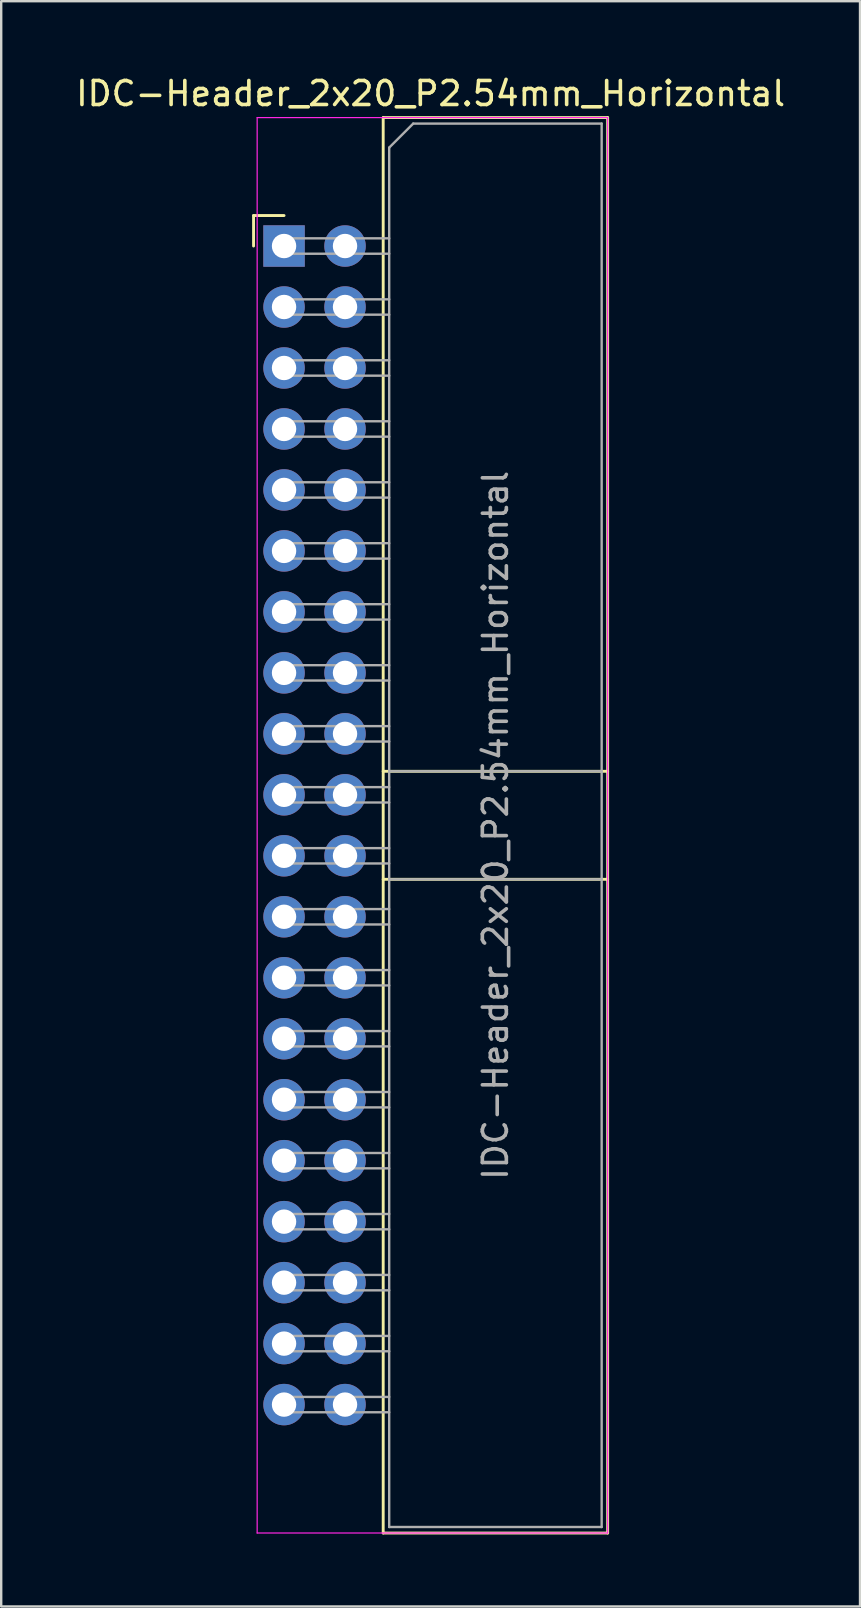
<source format=kicad_pcb>
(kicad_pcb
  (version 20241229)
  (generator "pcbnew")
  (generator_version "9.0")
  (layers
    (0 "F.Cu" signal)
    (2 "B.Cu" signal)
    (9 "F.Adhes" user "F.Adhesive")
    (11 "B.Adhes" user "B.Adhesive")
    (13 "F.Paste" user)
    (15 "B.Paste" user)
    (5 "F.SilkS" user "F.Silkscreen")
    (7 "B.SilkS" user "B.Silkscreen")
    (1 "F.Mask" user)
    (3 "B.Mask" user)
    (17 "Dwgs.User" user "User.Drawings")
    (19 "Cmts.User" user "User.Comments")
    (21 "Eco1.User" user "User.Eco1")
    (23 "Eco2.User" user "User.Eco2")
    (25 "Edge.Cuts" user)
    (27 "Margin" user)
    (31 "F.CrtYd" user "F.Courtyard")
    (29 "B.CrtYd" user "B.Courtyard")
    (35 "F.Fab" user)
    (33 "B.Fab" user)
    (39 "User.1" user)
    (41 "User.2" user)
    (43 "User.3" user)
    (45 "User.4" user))
  (footprint "IDC-Header_2x20_P2.54mm_Horizontal"
    (layer "F.Cu")
    (at 8.782 7.198)
    (property "Reference" "IDC-Header_2x20_P2.54mm_Horizontal" (at 6.105 -6.35 0) (layer "F.SilkS") (effects (font (size 1 1) (thickness 0.15))))
    (attr through_hole)
    (fp_line (start -1.27 -1.27) (end -1.27 0) (stroke (width 0.12) (type solid)) (layer "F.SilkS"))
    (fp_line (start 0 -1.27) (end -1.27 -1.27) (stroke (width 0.12) (type solid)) (layer "F.SilkS"))
    (fp_line (start 4.13 -5.35) (end 13.48 -5.35) (stroke (width 0.12) (type solid)) (layer "F.SilkS"))
    (fp_line (start 4.13 21.88) (end 13.48 21.88) (stroke (width 0.12) (type solid)) (layer "F.SilkS"))
    (fp_line (start 4.13 26.38) (end 13.48 26.38) (stroke (width 0.12) (type solid)) (layer "F.SilkS"))
    (fp_line (start 4.13 53.61) (end 4.13 -5.35) (stroke (width 0.12) (type solid)) (layer "F.SilkS"))
    (fp_line (start 4.13 53.61) (end 13.48 53.61) (stroke (width 0.12) (type solid)) (layer "F.SilkS"))
    (fp_line (start 13.48 -5.35) (end 13.48 53.61) (stroke (width 0.12) (type solid)) (layer "F.SilkS"))
    (fp_line (start -1.12 -5.35) (end 13.48 -5.35) (stroke (width 0.05) (type solid)) (layer "F.CrtYd"))
    (fp_line (start -1.12 53.61) (end -1.12 -5.35) (stroke (width 0.05) (type solid)) (layer "F.CrtYd"))
    (fp_line (start 13.48 -5.35) (end 13.48 53.61) (stroke (width 0.05) (type solid)) (layer "F.CrtYd"))
    (fp_line (start 13.48 53.61) (end -1.12 53.61) (stroke (width 0.05) (type solid)) (layer "F.CrtYd"))
    (fp_line (start -0.32 -0.32) (end -0.32 0.32) (stroke (width 0.1) (type solid)) (layer "F.Fab"))
    (fp_line (start -0.32 0.32) (end 4.38 0.32) (stroke (width 0.1) (type solid)) (layer "F.Fab"))
    (fp_line (start -0.32 2.22) (end -0.32 2.86) (stroke (width 0.1) (type solid)) (layer "F.Fab"))
    (fp_line (start -0.32 2.86) (end 4.38 2.86) (stroke (width 0.1) (type solid)) (layer "F.Fab"))
    (fp_line (start -0.32 4.76) (end -0.32 5.4) (stroke (width 0.1) (type solid)) (layer "F.Fab"))
    (fp_line (start -0.32 5.4) (end 4.38 5.4) (stroke (width 0.1) (type solid)) (layer "F.Fab"))
    (fp_line (start -0.32 7.3) (end -0.32 7.94) (stroke (width 0.1) (type solid)) (layer "F.Fab"))
    (fp_line (start -0.32 7.94) (end 4.38 7.94) (stroke (width 0.1) (type solid)) (layer "F.Fab"))
    (fp_line (start -0.32 9.84) (end -0.32 10.48) (stroke (width 0.1) (type solid)) (layer "F.Fab"))
    (fp_line (start -0.32 10.48) (end 4.38 10.48) (stroke (width 0.1) (type solid)) (layer "F.Fab"))
    (fp_line (start -0.32 12.38) (end -0.32 13.02) (stroke (width 0.1) (type solid)) (layer "F.Fab"))
    (fp_line (start -0.32 13.02) (end 4.38 13.02) (stroke (width 0.1) (type solid)) (layer "F.Fab"))
    (fp_line (start -0.32 14.92) (end -0.32 15.56) (stroke (width 0.1) (type solid)) (layer "F.Fab"))
    (fp_line (start -0.32 15.56) (end 4.38 15.56) (stroke (width 0.1) (type solid)) (layer "F.Fab"))
    (fp_line (start -0.32 17.46) (end -0.32 18.1) (stroke (width 0.1) (type solid)) (layer "F.Fab"))
    (fp_line (start -0.32 18.1) (end 4.38 18.1) (stroke (width 0.1) (type solid)) (layer "F.Fab"))
    (fp_line (start -0.32 20) (end -0.32 20.64) (stroke (width 0.1) (type solid)) (layer "F.Fab"))
    (fp_line (start -0.32 20.64) (end 4.38 20.64) (stroke (width 0.1) (type solid)) (layer "F.Fab"))
    (fp_line (start -0.32 22.54) (end -0.32 23.18) (stroke (width 0.1) (type solid)) (layer "F.Fab"))
    (fp_line (start -0.32 23.18) (end 4.38 23.18) (stroke (width 0.1) (type solid)) (layer "F.Fab"))
    (fp_line (start -0.32 25.08) (end -0.32 25.72) (stroke (width 0.1) (type solid)) (layer "F.Fab"))
    (fp_line (start -0.32 25.72) (end 4.38 25.72) (stroke (width 0.1) (type solid)) (layer "F.Fab"))
    (fp_line (start -0.32 27.62) (end -0.32 28.26) (stroke (width 0.1) (type solid)) (layer "F.Fab"))
    (fp_line (start -0.32 28.26) (end 4.38 28.26) (stroke (width 0.1) (type solid)) (layer "F.Fab"))
    (fp_line (start -0.32 30.16) (end -0.32 30.8) (stroke (width 0.1) (type solid)) (layer "F.Fab"))
    (fp_line (start -0.32 30.8) (end 4.38 30.8) (stroke (width 0.1) (type solid)) (layer "F.Fab"))
    (fp_line (start -0.32 32.7) (end -0.32 33.34) (stroke (width 0.1) (type solid)) (layer "F.Fab"))
    (fp_line (start -0.32 33.34) (end 4.38 33.34) (stroke (width 0.1) (type solid)) (layer "F.Fab"))
    (fp_line (start -0.32 35.24) (end -0.32 35.88) (stroke (width 0.1) (type solid)) (layer "F.Fab"))
    (fp_line (start -0.32 35.88) (end 4.38 35.88) (stroke (width 0.1) (type solid)) (layer "F.Fab"))
    (fp_line (start -0.32 37.78) (end -0.32 38.42) (stroke (width 0.1) (type solid)) (layer "F.Fab"))
    (fp_line (start -0.32 38.42) (end 4.38 38.42) (stroke (width 0.1) (type solid)) (layer "F.Fab"))
    (fp_line (start -0.32 40.32) (end -0.32 40.96) (stroke (width 0.1) (type solid)) (layer "F.Fab"))
    (fp_line (start -0.32 40.96) (end 4.38 40.96) (stroke (width 0.1) (type solid)) (layer "F.Fab"))
    (fp_line (start -0.32 42.86) (end -0.32 43.5) (stroke (width 0.1) (type solid)) (layer "F.Fab"))
    (fp_line (start -0.32 43.5) (end 4.38 43.5) (stroke (width 0.1) (type solid)) (layer "F.Fab"))
    (fp_line (start -0.32 45.4) (end -0.32 46.04) (stroke (width 0.1) (type solid)) (layer "F.Fab"))
    (fp_line (start -0.32 46.04) (end 4.38 46.04) (stroke (width 0.1) (type solid)) (layer "F.Fab"))
    (fp_line (start -0.32 47.94) (end -0.32 48.58) (stroke (width 0.1) (type solid)) (layer "F.Fab"))
    (fp_line (start -0.32 48.58) (end 4.38 48.58) (stroke (width 0.1) (type solid)) (layer "F.Fab"))
    (fp_line (start 4.38 -4.1) (end 5.38 -5.1) (stroke (width 0.1) (type solid)) (layer "F.Fab"))
    (fp_line (start 4.38 -0.32) (end -0.32 -0.32) (stroke (width 0.1) (type solid)) (layer "F.Fab"))
    (fp_line (start 4.38 2.22) (end -0.32 2.22) (stroke (width 0.1) (type solid)) (layer "F.Fab"))
    (fp_line (start 4.38 4.76) (end -0.32 4.76) (stroke (width 0.1) (type solid)) (layer "F.Fab"))
    (fp_line (start 4.38 7.3) (end -0.32 7.3) (stroke (width 0.1) (type solid)) (layer "F.Fab"))
    (fp_line (start 4.38 9.84) (end -0.32 9.84) (stroke (width 0.1) (type solid)) (layer "F.Fab"))
    (fp_line (start 4.38 12.38) (end -0.32 12.38) (stroke (width 0.1) (type solid)) (layer "F.Fab"))
    (fp_line (start 4.38 14.92) (end -0.32 14.92) (stroke (width 0.1) (type solid)) (layer "F.Fab"))
    (fp_line (start 4.38 17.46) (end -0.32 17.46) (stroke (width 0.1) (type solid)) (layer "F.Fab"))
    (fp_line (start 4.38 20) (end -0.32 20) (stroke (width 0.1) (type solid)) (layer "F.Fab"))
    (fp_line (start 4.38 21.88) (end 13.23 21.88) (stroke (width 0.1) (type solid)) (layer "F.Fab"))
    (fp_line (start 4.38 22.54) (end -0.32 22.54) (stroke (width 0.1) (type solid)) (layer "F.Fab"))
    (fp_line (start 4.38 25.08) (end -0.32 25.08) (stroke (width 0.1) (type solid)) (layer "F.Fab"))
    (fp_line (start 4.38 26.38) (end 13.23 26.38) (stroke (width 0.1) (type solid)) (layer "F.Fab"))
    (fp_line (start 4.38 27.62) (end -0.32 27.62) (stroke (width 0.1) (type solid)) (layer "F.Fab"))
    (fp_line (start 4.38 30.16) (end -0.32 30.16) (stroke (width 0.1) (type solid)) (layer "F.Fab"))
    (fp_line (start 4.38 32.7) (end -0.32 32.7) (stroke (width 0.1) (type solid)) (layer "F.Fab"))
    (fp_line (start 4.38 35.24) (end -0.32 35.24) (stroke (width 0.1) (type solid)) (layer "F.Fab"))
    (fp_line (start 4.38 37.78) (end -0.32 37.78) (stroke (width 0.1) (type solid)) (layer "F.Fab"))
    (fp_line (start 4.38 40.32) (end -0.32 40.32) (stroke (width 0.1) (type solid)) (layer "F.Fab"))
    (fp_line (start 4.38 42.86) (end -0.32 42.86) (stroke (width 0.1) (type solid)) (layer "F.Fab"))
    (fp_line (start 4.38 45.4) (end -0.32 45.4) (stroke (width 0.1) (type solid)) (layer "F.Fab"))
    (fp_line (start 4.38 47.94) (end -0.32 47.94) (stroke (width 0.1) (type solid)) (layer "F.Fab"))
    (fp_line (start 4.38 53.36) (end 4.38 -4.1) (stroke (width 0.1) (type solid)) (layer "F.Fab"))
    (fp_line (start 4.38 53.36) (end 13.23 53.36) (stroke (width 0.1) (type solid)) (layer "F.Fab"))
    (fp_line (start 5.38 -5.1) (end 13.23 -5.1) (stroke (width 0.1) (type solid)) (layer "F.Fab"))
    (fp_line (start 13.23 53.36) (end 13.23 -5.1) (stroke (width 0.1) (type solid)) (layer "F.Fab"))
    (fp_text user "${REFERENCE}" (at 8.805 24.13 90) (layer "F.Fab") (effects (font (size 1 1) (thickness 0.15))))
    (pad "1" thru_hole rect (at 0 0) (size 1.727 1.727) (drill 1.016) (layers "*.Cu" "*.Mask"))
    (pad "2" thru_hole oval (at 2.54 0) (size 1.727 1.727) (drill 1.016) (layers "*.Cu" "*.Mask"))
    (pad "3" thru_hole oval (at 0 2.54) (size 1.727 1.727) (drill 1.016) (layers "*.Cu" "*.Mask"))
    (pad "4" thru_hole oval (at 2.54 2.54) (size 1.727 1.727) (drill 1.016) (layers "*.Cu" "*.Mask"))
    (pad "5" thru_hole oval (at 0 5.08) (size 1.727 1.727) (drill 1.016) (layers "*.Cu" "*.Mask"))
    (pad "6" thru_hole oval (at 2.54 5.08) (size 1.727 1.727) (drill 1.016) (layers "*.Cu" "*.Mask"))
    (pad "7" thru_hole oval (at 0 7.62) (size 1.727 1.727) (drill 1.016) (layers "*.Cu" "*.Mask"))
    (pad "8" thru_hole oval (at 2.54 7.62) (size 1.727 1.727) (drill 1.016) (layers "*.Cu" "*.Mask"))
    (pad "9" thru_hole oval (at 0 10.16) (size 1.727 1.727) (drill 1.016) (layers "*.Cu" "*.Mask"))
    (pad "10" thru_hole oval (at 2.54 10.16) (size 1.727 1.727) (drill 1.016) (layers "*.Cu" "*.Mask"))
    (pad "11" thru_hole oval (at 0 12.7) (size 1.727 1.727) (drill 1.016) (layers "*.Cu" "*.Mask"))
    (pad "12" thru_hole oval (at 2.54 12.7) (size 1.727 1.727) (drill 1.016) (layers "*.Cu" "*.Mask"))
    (pad "13" thru_hole oval (at 0 15.24) (size 1.727 1.727) (drill 1.016) (layers "*.Cu" "*.Mask"))
    (pad "14" thru_hole oval (at 2.54 15.24) (size 1.727 1.727) (drill 1.016) (layers "*.Cu" "*.Mask"))
    (pad "15" thru_hole oval (at 0 17.78) (size 1.727 1.727) (drill 1.016) (layers "*.Cu" "*.Mask"))
    (pad "16" thru_hole oval (at 2.54 17.78) (size 1.727 1.727) (drill 1.016) (layers "*.Cu" "*.Mask"))
    (pad "17" thru_hole oval (at 0 20.32) (size 1.727 1.727) (drill 1.016) (layers "*.Cu" "*.Mask"))
    (pad "18" thru_hole oval (at 2.54 20.32) (size 1.727 1.727) (drill 1.016) (layers "*.Cu" "*.Mask"))
    (pad "19" thru_hole oval (at 0 22.86) (size 1.727 1.727) (drill 1.016) (layers "*.Cu" "*.Mask"))
    (pad "20" thru_hole oval (at 2.54 22.86) (size 1.727 1.727) (drill 1.016) (layers "*.Cu" "*.Mask"))
    (pad "21" thru_hole oval (at 0 25.4) (size 1.727 1.727) (drill 1.016) (layers "*.Cu" "*.Mask"))
    (pad "22" thru_hole oval (at 2.54 25.4) (size 1.727 1.727) (drill 1.016) (layers "*.Cu" "*.Mask"))
    (pad "23" thru_hole oval (at 0 27.94) (size 1.727 1.727) (drill 1.016) (layers "*.Cu" "*.Mask"))
    (pad "24" thru_hole oval (at 2.54 27.94) (size 1.727 1.727) (drill 1.016) (layers "*.Cu" "*.Mask"))
    (pad "25" thru_hole oval (at 0 30.48) (size 1.727 1.727) (drill 1.016) (layers "*.Cu" "*.Mask"))
    (pad "26" thru_hole oval (at 2.54 30.48) (size 1.727 1.727) (drill 1.016) (layers "*.Cu" "*.Mask"))
    (pad "27" thru_hole oval (at 0 33.02) (size 1.727 1.727) (drill 1.016) (layers "*.Cu" "*.Mask"))
    (pad "28" thru_hole oval (at 2.54 33.02) (size 1.727 1.727) (drill 1.016) (layers "*.Cu" "*.Mask"))
    (pad "29" thru_hole oval (at 0 35.56) (size 1.727 1.727) (drill 1.016) (layers "*.Cu" "*.Mask"))
    (pad "30" thru_hole oval (at 2.54 35.56) (size 1.727 1.727) (drill 1.016) (layers "*.Cu" "*.Mask"))
    (pad "31" thru_hole oval (at 0 38.1) (size 1.727 1.727) (drill 1.016) (layers "*.Cu" "*.Mask"))
    (pad "32" thru_hole oval (at 2.54 38.1) (size 1.727 1.727) (drill 1.016) (layers "*.Cu" "*.Mask"))
    (pad "33" thru_hole oval (at 0 40.64) (size 1.727 1.727) (drill 1.016) (layers "*.Cu" "*.Mask"))
    (pad "34" thru_hole oval (at 2.54 40.64) (size 1.727 1.727) (drill 1.016) (layers "*.Cu" "*.Mask"))
    (pad "35" thru_hole oval (at 0 43.18) (size 1.727 1.727) (drill 1.016) (layers "*.Cu" "*.Mask"))
    (pad "36" thru_hole oval (at 2.54 43.18) (size 1.727 1.727) (drill 1.016) (layers "*.Cu" "*.Mask"))
    (pad "37" thru_hole oval (at 0 45.72) (size 1.727 1.727) (drill 1.016) (layers "*.Cu" "*.Mask"))
    (pad "38" thru_hole oval (at 2.54 45.72) (size 1.727 1.727) (drill 1.016) (layers "*.Cu" "*.Mask"))
    (pad "39" thru_hole oval (at 0 48.26) (size 1.727 1.727) (drill 1.016) (layers "*.Cu" "*.Mask"))
    (pad "40" thru_hole oval (at 2.54 48.26) (size 1.727 1.727) (drill 1.016) (layers "*.Cu" "*.Mask")))
  (gr_rect
    (start -3 -3)
    (end 32.774 63.868)
    (stroke (width 0.1) (type default))
    (fill no)
    (layer "Edge.Cuts")))
</source>
